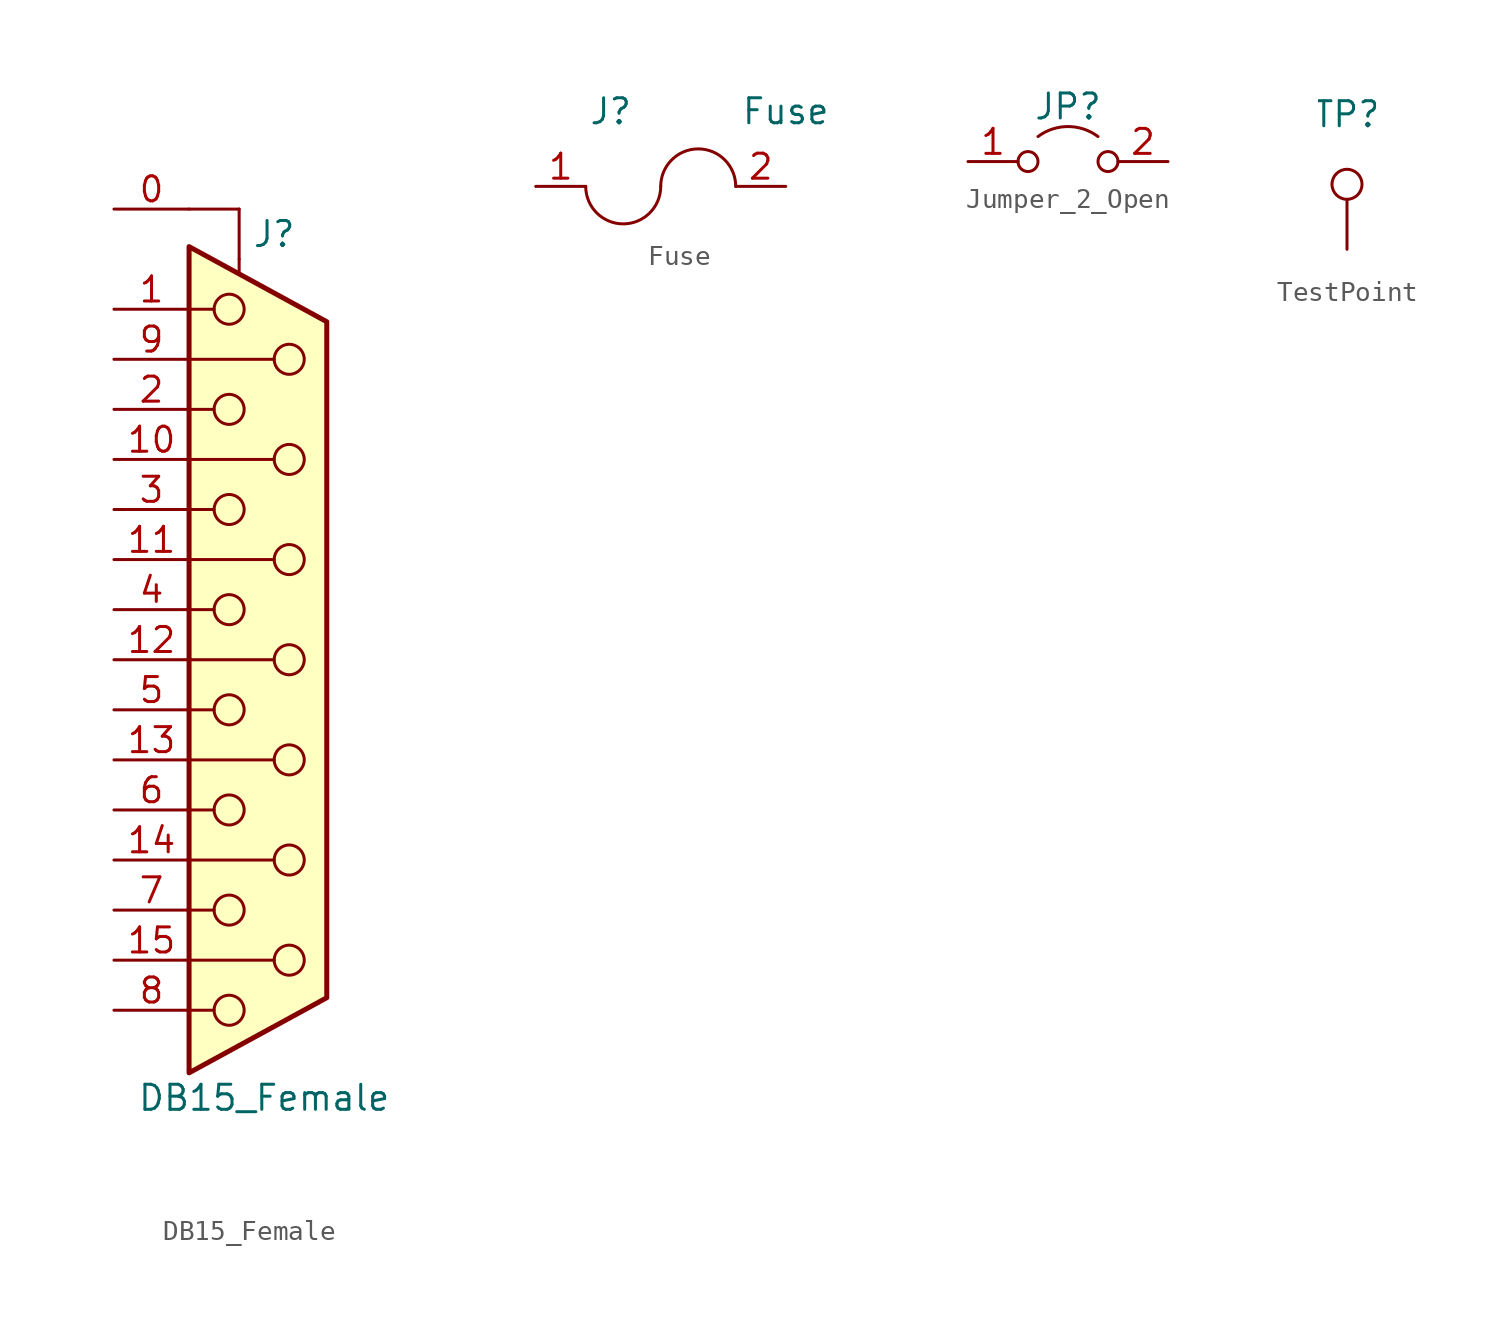
<source format=kicad_sym>
(kicad_symbol_lib
  (version 20211014)
  (generator kicad_symbol_editor)
  (symbol "DB15_Female"
    (pin_names
      (offset 1.016) hide)
    (property "Reference" "J"
      (at 0.508 21.59 0)
      (effects (font (size 1.27 1.27))))
    (property "Value" "DB15_Female"
      (at 0 -22.225 0)
      (effects (font (size 1.27 1.27))))
    (symbol "DB15_Female_0_0"
      (pin passive line (at -7.62 22.86 0) (length 3.81) (name "~" (effects (font (size 1.27 1.27)))) (number "0" (effects (font (size 1.27 1.27))))))
    (symbol "DB15_Female_0_1"
      (circle (center -1.778 -17.78) (radius 0.762) (stroke (width 0) (type default) (color 0 0 0 0)) (fill (type none)))
      (circle (center -1.778 -12.7) (radius 0.762) (stroke (width 0) (type default) (color 0 0 0 0)) (fill (type none)))
      (circle (center -1.778 -7.62) (radius 0.762) (stroke (width 0) (type default) (color 0 0 0 0)) (fill (type none)))
      (circle (center -1.778 -2.54) (radius 0.762) (stroke (width 0) (type default) (color 0 0 0 0)) (fill (type none)))
      (circle (center -1.778 2.54) (radius 0.762) (stroke (width 0) (type default) (color 0 0 0 0)) (fill (type none)))
      (circle (center -1.778 7.62) (radius 0.762) (stroke (width 0) (type default) (color 0 0 0 0)) (fill (type none)))
      (circle (center -1.778 12.7) (radius 0.762) (stroke (width 0) (type default) (color 0 0 0 0)) (fill (type none)))
      (circle (center -1.778 17.78) (radius 0.762) (stroke (width 0) (type default) (color 0 0 0 0)) (fill (type none)))
      (polyline (pts (xy -3.81 -17.78) (xy -2.54 -17.78)) (stroke (width 0) (type default) (color 0 0 0 0)) (fill (type none)))
      (polyline (pts (xy -3.81 -15.24) (xy 0.508 -15.24)) (stroke (width 0) (type default) (color 0 0 0 0)) (fill (type none)))
      (polyline (pts (xy -3.81 -12.7) (xy -2.54 -12.7)) (stroke (width 0) (type default) (color 0 0 0 0)) (fill (type none)))
      (polyline (pts (xy -3.81 -10.16) (xy 0.508 -10.16)) (stroke (width 0) (type default) (color 0 0 0 0)) (fill (type none)))
      (polyline (pts (xy -3.81 -7.62) (xy -2.54 -7.62)) (stroke (width 0) (type default) (color 0 0 0 0)) (fill (type none)))
      (polyline (pts (xy -3.81 -5.08) (xy 0.508 -5.08)) (stroke (width 0) (type default) (color 0 0 0 0)) (fill (type none)))
      (polyline (pts (xy -3.81 -2.54) (xy -2.54 -2.54)) (stroke (width 0) (type default) (color 0 0 0 0)) (fill (type none)))
      (polyline (pts (xy -3.81 0) (xy 0.508 0)) (stroke (width 0) (type default) (color 0 0 0 0)) (fill (type none)))
      (polyline (pts (xy -3.81 2.54) (xy -2.54 2.54)) (stroke (width 0) (type default) (color 0 0 0 0)) (fill (type none)))
      (polyline (pts (xy -3.81 5.08) (xy 0.508 5.08)) (stroke (width 0) (type default) (color 0 0 0 0)) (fill (type none)))
      (polyline (pts (xy -3.81 7.62) (xy -2.54 7.62)) (stroke (width 0) (type default) (color 0 0 0 0)) (fill (type none)))
      (polyline (pts (xy -3.81 10.16) (xy 0.508 10.16)) (stroke (width 0) (type default) (color 0 0 0 0)) (fill (type none)))
      (polyline (pts (xy -3.81 12.7) (xy -2.54 12.7)) (stroke (width 0) (type default) (color 0 0 0 0)) (fill (type none)))
      (polyline (pts (xy -3.81 15.24) (xy 0.508 15.24)) (stroke (width 0) (type default) (color 0 0 0 0)) (fill (type none)))
      (polyline (pts (xy -3.81 17.78) (xy -2.54 17.78)) (stroke (width 0) (type default) (color 0 0 0 0)) (fill (type none)))
      (polyline (pts (xy -3.81 22.86) (xy -1.27 22.86)) (stroke (width 0) (type default) (color 0 0 0 0)) (fill (type none)))
      (polyline (pts (xy -1.27 20.32) (xy -1.27 19.558)) (stroke (width 0) (type default) (color 0 0 0 0)) (fill (type none)))
      (polyline (pts (xy -1.27 22.86) (xy -1.27 20.32)) (stroke (width 0) (type default) (color 0 0 0 0)) (fill (type none)))
      (polyline (pts (xy -3.81 20.955) (xy 3.175 17.145) (xy 3.175 -17.145) (xy -3.81 -20.955) (xy -3.81 20.955)) (stroke (width 0.254) (type default) (color 0 0 0 0)) (fill (type background)))
      (circle (center 1.27 -15.24) (radius 0.762) (stroke (width 0) (type default) (color 0 0 0 0)) (fill (type none)))
      (circle (center 1.27 -10.16) (radius 0.762) (stroke (width 0) (type default) (color 0 0 0 0)) (fill (type none)))
      (circle (center 1.27 -5.08) (radius 0.762) (stroke (width 0) (type default) (color 0 0 0 0)) (fill (type none)))
      (circle (center 1.27 0) (radius 0.762) (stroke (width 0) (type default) (color 0 0 0 0)) (fill (type none)))
      (circle (center 1.27 5.08) (radius 0.762) (stroke (width 0) (type default) (color 0 0 0 0)) (fill (type none)))
      (circle (center 1.27 10.16) (radius 0.762) (stroke (width 0) (type default) (color 0 0 0 0)) (fill (type none)))
      (circle (center 1.27 15.24) (radius 0.762) (stroke (width 0) (type default) (color 0 0 0 0)) (fill (type none))))
    (symbol "DB15_Female_1_1"
      (pin passive line (at -7.62 17.78 0) (length 3.81) (name "P1" (effects (font (size 1.27 1.27)))) (number "1" (effects (font (size 1.27 1.27)))))
      (pin passive line (at -7.62 10.16 0) (length 3.81) (name "P10" (effects (font (size 1.27 1.27)))) (number "10" (effects (font (size 1.27 1.27)))))
      (pin passive line (at -7.62 5.08 0) (length 3.81) (name "P11" (effects (font (size 1.27 1.27)))) (number "11" (effects (font (size 1.27 1.27)))))
      (pin passive line (at -7.62 0 0) (length 3.81) (name "P12" (effects (font (size 1.27 1.27)))) (number "12" (effects (font (size 1.27 1.27)))))
      (pin passive line (at -7.62 -5.08 0) (length 3.81) (name "P13" (effects (font (size 1.27 1.27)))) (number "13" (effects (font (size 1.27 1.27)))))
      (pin passive line (at -7.62 -10.16 0) (length 3.81) (name "P14" (effects (font (size 1.27 1.27)))) (number "14" (effects (font (size 1.27 1.27)))))
      (pin passive line (at -7.62 -15.24 0) (length 3.81) (name "P15" (effects (font (size 1.27 1.27)))) (number "15" (effects (font (size 1.27 1.27)))))
      (pin passive line (at -7.62 12.7 0) (length 3.81) (name "P2" (effects (font (size 1.27 1.27)))) (number "2" (effects (font (size 1.27 1.27)))))
      (pin passive line (at -7.62 7.62 0) (length 3.81) (name "P3" (effects (font (size 1.27 1.27)))) (number "3" (effects (font (size 1.27 1.27)))))
      (pin passive line (at -7.62 2.54 0) (length 3.81) (name "P4" (effects (font (size 1.27 1.27)))) (number "4" (effects (font (size 1.27 1.27)))))
      (pin passive line (at -7.62 -2.54 0) (length 3.81) (name "P5" (effects (font (size 1.27 1.27)))) (number "5" (effects (font (size 1.27 1.27)))))
      (pin passive line (at -7.62 -7.62 0) (length 3.81) (name "P6" (effects (font (size 1.27 1.27)))) (number "6" (effects (font (size 1.27 1.27)))))
      (pin passive line (at -7.62 -12.7 0) (length 3.81) (name "P7" (effects (font (size 1.27 1.27)))) (number "7" (effects (font (size 1.27 1.27)))))
      (pin passive line (at -7.62 -17.78 0) (length 3.81) (name "P8" (effects (font (size 1.27 1.27)))) (number "8" (effects (font (size 1.27 1.27)))))
      (pin passive line (at -7.62 15.24 0) (length 3.81) (name "P9" (effects (font (size 1.27 1.27)))) (number "9" (effects (font (size 1.27 1.27)))))))
  (symbol "Fuse"
    (pin_names
      (offset 1.016))
    (property "Reference" "J"
      (at 0 0 0)
      (effects (font (size 1.27 1.27))))
    (property "Value" "Fuse"
      (at 8.89 0 0)
      (effects (font (size 1.27 1.27))))
    (symbol "Fuse_0_1"
      (arc (start -1.27 -3.81) (mid 0.635 -5.715) (end 2.54 -3.81) (stroke (width 0) (type default) (color 0 0 0 0)) (fill (type none)))
      (arc (start 6.35 -3.81) (mid 4.445 -1.905) (end 2.54 -3.81) (stroke (width 0) (type default) (color 0 0 0 0)) (fill (type none))))
    (symbol "Fuse_1_1"
      (pin input line (at -3.81 -3.81 0) (length 2.54) (name "~" (effects (font (size 1.27 1.27)))) (number "1" (effects (font (size 1.27 1.27)))))
      (pin input line (at 8.89 -3.81 180) (length 2.54) (name "~" (effects (font (size 1.27 1.27)))) (number "2" (effects (font (size 1.27 1.27)))))))
  (symbol "Jumper_2_Open"
    (pin_names
      (offset 0) hide)
    (property "Reference" "JP"
      (at 0 2.794 0)
      (effects (font (size 1.27 1.27))))
    (symbol "Jumper_2_Open_0_0"
      (circle (center -2.032 0) (radius 0.508) (stroke (width 0) (type default) (color 0 0 0 0)) (fill (type none)))
      (circle (center 2.032 0) (radius 0.508) (stroke (width 0) (type default) (color 0 0 0 0)) (fill (type none))))
    (symbol "Jumper_2_Open_0_1"
      (arc (start 1.524 1.27) (mid 0 1.778) (end -1.524 1.27) (stroke (width 0) (type default) (color 0 0 0 0)) (fill (type none))))
    (symbol "Jumper_2_Open_1_1"
      (pin passive line (at -5.08 0 0) (length 2.54) (name "A" (effects (font (size 1.27 1.27)))) (number "1" (effects (font (size 1.27 1.27)))))
      (pin passive line (at 5.08 0 180) (length 2.54) (name "B" (effects (font (size 1.27 1.27)))) (number "2" (effects (font (size 1.27 1.27)))))))
  (symbol "TestPoint"
    (pin_numbers hide)
    (pin_names
      (offset 0.762) hide)
    (property "Reference" "TP"
      (at 0 6.858 0)
      (effects (font (size 1.27 1.27))))
    (symbol "TestPoint_0_1"
      (circle (center 0 3.302) (radius 0.762) (stroke (width 0) (type default) (color 0 0 0 0)) (fill (type none))))
    (symbol "TestPoint_1_1"
      (pin passive line (at 0 0 90) (length 2.54) (name "1" (effects (font (size 1.27 1.27)))) (number "1" (effects (font (size 1.27 1.27))))))))
</source>
